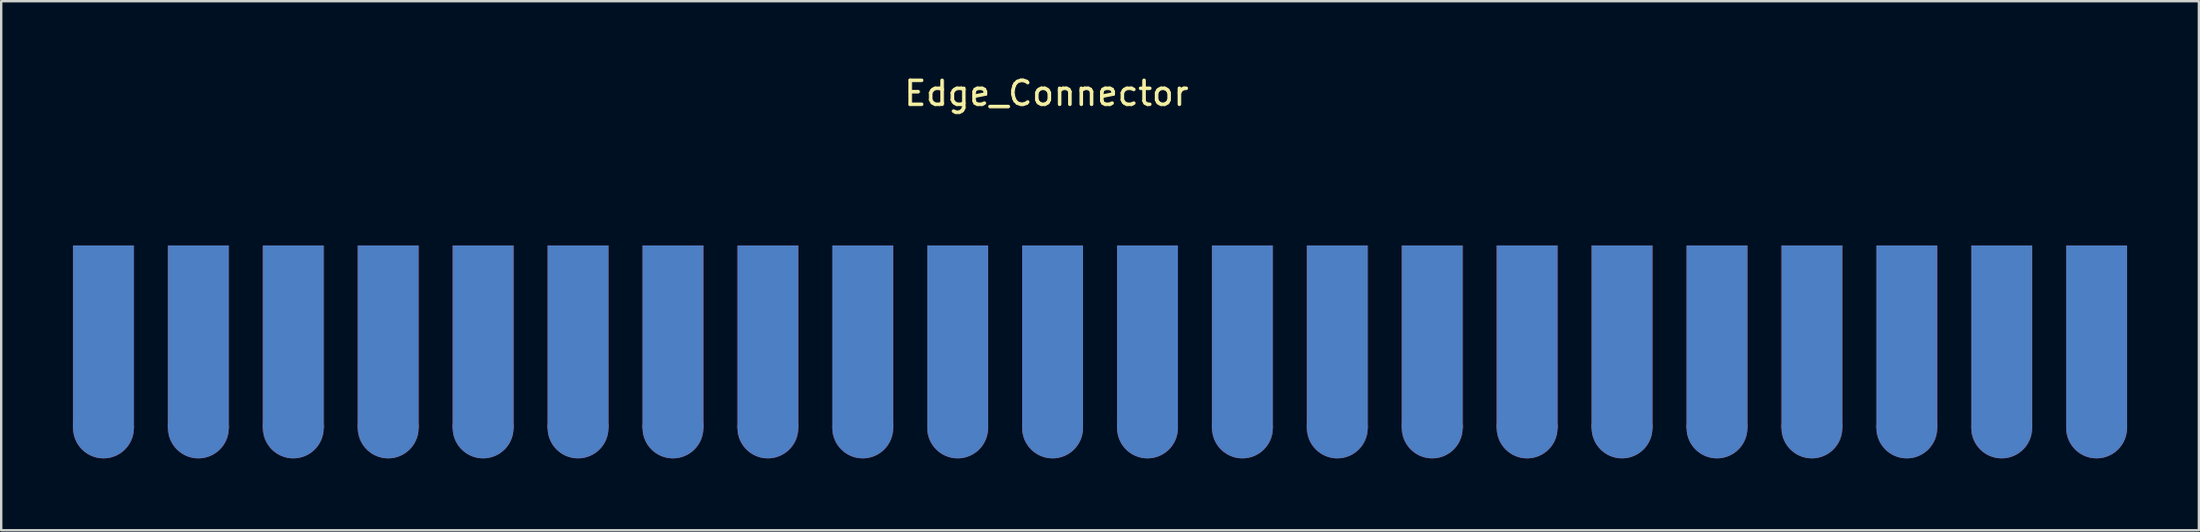
<source format=kicad_pcb>
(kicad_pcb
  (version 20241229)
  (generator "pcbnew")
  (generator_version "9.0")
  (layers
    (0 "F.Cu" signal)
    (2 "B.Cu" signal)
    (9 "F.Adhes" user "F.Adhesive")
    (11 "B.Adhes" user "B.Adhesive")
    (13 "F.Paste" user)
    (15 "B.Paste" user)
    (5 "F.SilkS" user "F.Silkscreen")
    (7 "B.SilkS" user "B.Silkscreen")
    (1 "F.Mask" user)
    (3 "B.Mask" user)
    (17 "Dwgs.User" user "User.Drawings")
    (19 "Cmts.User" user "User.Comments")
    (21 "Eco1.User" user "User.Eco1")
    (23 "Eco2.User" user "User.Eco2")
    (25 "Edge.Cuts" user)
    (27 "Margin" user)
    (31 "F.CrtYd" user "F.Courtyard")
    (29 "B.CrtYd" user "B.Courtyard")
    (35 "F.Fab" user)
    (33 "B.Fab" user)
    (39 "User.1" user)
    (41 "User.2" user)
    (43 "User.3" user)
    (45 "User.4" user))
  (footprint "Edge_Connector"
    (layer "F.Cu")
    (at 40.64 11.008)
    (property "Reference" "Edge_Connector" (at 0 -10.16 0) (layer "F.SilkS") (effects (font (size 1 1) (thickness 0.15))))
    (attr through_hole)
    (pad "" smd circle (at -39.37 3.81) (size 2.54 2.54) (layers "F.Cu" "F.Mask" "F.Paste"))
    (pad "" smd circle (at -39.37 3.81) (size 2.54 2.54) (layers "*.Mask" "B.Cu"))
    (pad "" smd circle (at -35.408 3.81) (size 2.54 2.54) (layers "F.Cu" "F.Mask" "F.Paste"))
    (pad "" smd circle (at -35.408 3.81) (size 2.54 2.54) (layers "*.Mask" "B.Cu"))
    (pad "" smd circle (at -31.445 3.81) (size 2.54 2.54) (layers "F.Cu" "F.Mask" "F.Paste"))
    (pad "" smd circle (at -31.445 3.81) (size 2.54 2.54) (layers "*.Mask" "B.Cu"))
    (pad "" smd circle (at -27.483 3.81) (size 2.54 2.54) (layers "F.Cu" "F.Mask" "F.Paste"))
    (pad "" smd circle (at -27.483 3.81) (size 2.54 2.54) (layers "*.Mask" "B.Cu"))
    (pad "" smd circle (at -23.52 3.81) (size 2.54 2.54) (layers "F.Cu" "F.Mask" "F.Paste"))
    (pad "" smd circle (at -23.52 3.81) (size 2.54 2.54) (layers "*.Mask" "B.Cu"))
    (pad "" smd circle (at -19.558 3.81) (size 2.54 2.54) (layers "F.Cu" "F.Mask" "F.Paste"))
    (pad "" smd circle (at -19.558 3.81) (size 2.54 2.54) (layers "*.Mask" "B.Cu"))
    (pad "" smd circle (at -15.596 3.81) (size 2.54 2.54) (layers "F.Cu" "F.Mask" "F.Paste"))
    (pad "" smd circle (at -15.596 3.81) (size 2.54 2.54) (layers "*.Mask" "B.Cu"))
    (pad "" smd circle (at -11.633 3.81) (size 2.54 2.54) (layers "F.Cu" "F.Mask" "F.Paste"))
    (pad "" smd circle (at -11.633 3.81) (size 2.54 2.54) (layers "*.Mask" "B.Cu"))
    (pad "" smd circle (at -7.671 3.81) (size 2.54 2.54) (layers "F.Cu" "F.Mask" "F.Paste"))
    (pad "" smd circle (at -7.671 3.81) (size 2.54 2.54) (layers "*.Mask" "B.Cu"))
    (pad "" smd circle (at -3.708 3.81) (size 2.54 2.54) (layers "F.Cu" "F.Mask" "F.Paste"))
    (pad "" smd circle (at -3.708 3.81) (size 2.54 2.54) (layers "*.Mask" "B.Cu"))
    (pad "" smd circle (at 0.254 3.81) (size 2.54 2.54) (layers "F.Cu" "F.Mask" "F.Paste"))
    (pad "" smd circle (at 0.254 3.81) (size 2.54 2.54) (layers "*.Mask" "B.Cu"))
    (pad "" smd circle (at 4.216 3.81) (size 2.54 2.54) (layers "F.Cu" "F.Mask" "F.Paste"))
    (pad "" smd circle (at 4.216 3.81) (size 2.54 2.54) (layers "*.Mask" "B.Cu"))
    (pad "" smd circle (at 8.179 3.81) (size 2.54 2.54) (layers "F.Cu" "F.Mask" "F.Paste"))
    (pad "" smd circle (at 8.179 3.81) (size 2.54 2.54) (layers "*.Mask" "B.Cu"))
    (pad "" smd circle (at 12.141 3.81) (size 2.54 2.54) (layers "F.Cu" "F.Mask" "F.Paste"))
    (pad "" smd circle (at 12.141 3.81) (size 2.54 2.54) (layers "*.Mask" "B.Cu"))
    (pad "" smd circle (at 16.104 3.81) (size 2.54 2.54) (layers "F.Cu" "F.Mask" "F.Paste"))
    (pad "" smd circle (at 16.104 3.81) (size 2.54 2.54) (layers "*.Mask" "B.Cu"))
    (pad "" smd circle (at 20.066 3.81) (size 2.54 2.54) (layers "F.Cu" "F.Mask" "F.Paste"))
    (pad "" smd circle (at 20.066 3.81) (size 2.54 2.54) (layers "*.Mask" "B.Cu"))
    (pad "" smd circle (at 24.028 3.81) (size 2.54 2.54) (layers "F.Cu" "F.Mask" "F.Paste"))
    (pad "" smd circle (at 24.028 3.81) (size 2.54 2.54) (layers "*.Mask" "B.Cu"))
    (pad "" smd circle (at 27.991 3.81) (size 2.54 2.54) (layers "F.Cu" "F.Mask" "F.Paste"))
    (pad "" smd circle (at 27.991 3.81) (size 2.54 2.54) (layers "*.Mask" "B.Cu"))
    (pad "" smd circle (at 31.953 3.81) (size 2.54 2.54) (layers "F.Cu" "F.Mask" "F.Paste"))
    (pad "" smd circle (at 31.953 3.81) (size 2.54 2.54) (layers "*.Mask" "B.Cu"))
    (pad "" smd circle (at 35.916 3.81) (size 2.54 2.54) (layers "F.Cu" "F.Mask" "F.Paste"))
    (pad "" smd circle (at 35.916 3.81) (size 2.54 2.54) (layers "*.Mask" "B.Cu"))
    (pad "" smd circle (at 39.878 3.81) (size 2.54 2.54) (layers "F.Cu" "F.Mask" "F.Paste"))
    (pad "" smd circle (at 39.878 3.81) (size 2.54 2.54) (layers "*.Mask" "B.Cu"))
    (pad "" smd circle (at 43.84 3.81) (size 2.54 2.54) (layers "F.Cu" "F.Mask" "F.Paste"))
    (pad "" smd circle (at 43.84 3.81) (size 2.54 2.54) (layers "*.Mask" "B.Cu"))
    (pad "1" smd rect (at -39.37 0) (size 2.54 7.62) (layers "*.Mask" "B.Cu"))
    (pad "2" smd rect (at -35.408 0) (size 2.54 7.62) (layers "*.Mask" "B.Cu"))
    (pad "3" smd rect (at -31.445 0) (size 2.54 7.62) (layers "*.Mask" "B.Cu"))
    (pad "4" smd rect (at -27.483 0) (size 2.54 7.62) (layers "*.Mask" "B.Cu"))
    (pad "5" smd rect (at -23.52 0) (size 2.54 7.62) (layers "*.Mask" "B.Cu"))
    (pad "6" smd rect (at -19.558 0) (size 2.54 7.62) (layers "*.Mask" "B.Cu"))
    (pad "7" smd rect (at -15.596 0) (size 2.54 7.62) (layers "*.Mask" "B.Cu"))
    (pad "8" smd rect (at -11.633 0) (size 2.54 7.62) (layers "*.Mask" "B.Cu"))
    (pad "9" smd rect (at -7.671 0) (size 2.54 7.62) (layers "*.Mask" "B.Cu"))
    (pad "10" smd rect (at -3.708 0) (size 2.54 7.62) (layers "*.Mask" "B.Cu"))
    (pad "11" smd rect (at 0.254 0) (size 2.54 7.62) (layers "*.Mask" "B.Cu"))
    (pad "12" smd rect (at 4.216 0) (size 2.54 7.62) (layers "*.Mask" "B.Cu"))
    (pad "13" smd rect (at 8.179 0) (size 2.54 7.62) (layers "*.Mask" "B.Cu"))
    (pad "14" smd rect (at 12.141 0) (size 2.54 7.62) (layers "*.Mask" "B.Cu"))
    (pad "15" smd rect (at 16.104 0) (size 2.54 7.62) (layers "*.Mask" "B.Cu"))
    (pad "16" smd rect (at 20.066 0) (size 2.54 7.62) (layers "*.Mask" "B.Cu"))
    (pad "17" smd rect (at 24.028 0) (size 2.54 7.62) (layers "*.Mask" "B.Cu"))
    (pad "18" smd rect (at 27.991 0) (size 2.54 7.62) (layers "*.Mask" "B.Cu"))
    (pad "19" smd rect (at 31.953 0) (size 2.54 7.62) (layers "*.Mask" "B.Cu"))
    (pad "20" smd rect (at 35.916 0) (size 2.54 7.62) (layers "*.Mask" "B.Cu"))
    (pad "21" smd rect (at 39.878 0) (size 2.54 7.62) (layers "*.Mask" "B.Cu"))
    (pad "22" smd rect (at 43.84 0) (size 2.54 7.62) (layers "*.Mask" "B.Cu"))
    (pad "A" smd rect (at -39.37 0) (size 2.54 7.62) (layers "*.Mask" "F.Cu"))
    (pad "B" smd rect (at -35.408 0) (size 2.54 7.62) (layers "F.Cu" "F.Mask" "F.Paste"))
    (pad "C" smd rect (at -31.445 0) (size 2.54 7.62) (layers "F.Cu" "F.Mask" "F.Paste"))
    (pad "D" smd rect (at -27.483 0) (size 2.54 7.62) (layers "F.Cu" "F.Mask" "F.Paste"))
    (pad "E" smd rect (at -23.52 0) (size 2.54 7.62) (layers "F.Cu" "F.Mask" "F.Paste"))
    (pad "F" smd rect (at -19.558 0) (size 2.54 7.62) (layers "F.Cu" "F.Mask" "F.Paste"))
    (pad "H" smd rect (at -15.596 0) (size 2.54 7.62) (layers "F.Cu" "F.Mask" "F.Paste"))
    (pad "J" smd rect (at -11.633 0) (size 2.54 7.62) (layers "F.Cu" "F.Mask" "F.Paste"))
    (pad "K" smd rect (at -7.671 0) (size 2.54 7.62) (layers "F.Cu" "F.Mask" "F.Paste"))
    (pad "L" smd rect (at -3.708 0) (size 2.54 7.62) (layers "F.Cu" "F.Mask" "F.Paste"))
    (pad "M" smd rect (at 0.254 0) (size 2.54 7.62) (layers "F.Cu" "F.Mask" "F.Paste"))
    (pad "N" smd rect (at 4.216 0) (size 2.54 7.62) (layers "F.Cu" "F.Mask" "F.Paste"))
    (pad "P" smd rect (at 8.179 0) (size 2.54 7.62) (layers "F.Cu" "F.Mask" "F.Paste"))
    (pad "R" smd rect (at 12.141 0) (size 2.54 7.62) (layers "F.Cu" "F.Mask" "F.Paste"))
    (pad "S" smd rect (at 16.104 0) (size 2.54 7.62) (layers "F.Cu" "F.Mask" "F.Paste"))
    (pad "T" smd rect (at 20.066 0) (size 2.54 7.62) (layers "F.Cu" "F.Mask" "F.Paste"))
    (pad "U" smd rect (at 24.028 0) (size 2.54 7.62) (layers "F.Cu" "F.Mask" "F.Paste"))
    (pad "V" smd rect (at 27.991 0) (size 2.54 7.62) (layers "F.Cu" "F.Mask" "F.Paste"))
    (pad "W" smd rect (at 31.953 0) (size 2.54 7.62) (layers "F.Cu" "F.Mask" "F.Paste"))
    (pad "X" smd rect (at 35.916 0) (size 2.54 7.62) (layers "F.Cu" "F.Mask" "F.Paste"))
    (pad "Y" smd rect (at 39.878 0) (size 2.54 7.62) (layers "F.Cu" "F.Mask" "F.Paste"))
    (pad "Z" smd rect (at 43.84 0) (size 2.54 7.62) (layers "F.Cu" "F.Mask" "F.Paste")))
  (gr_rect
    (start -3 -3)
    (end 88.75 19.088)
    (stroke (width 0.1) (type default))
    (fill no)
    (layer "Edge.Cuts")))
</source>
